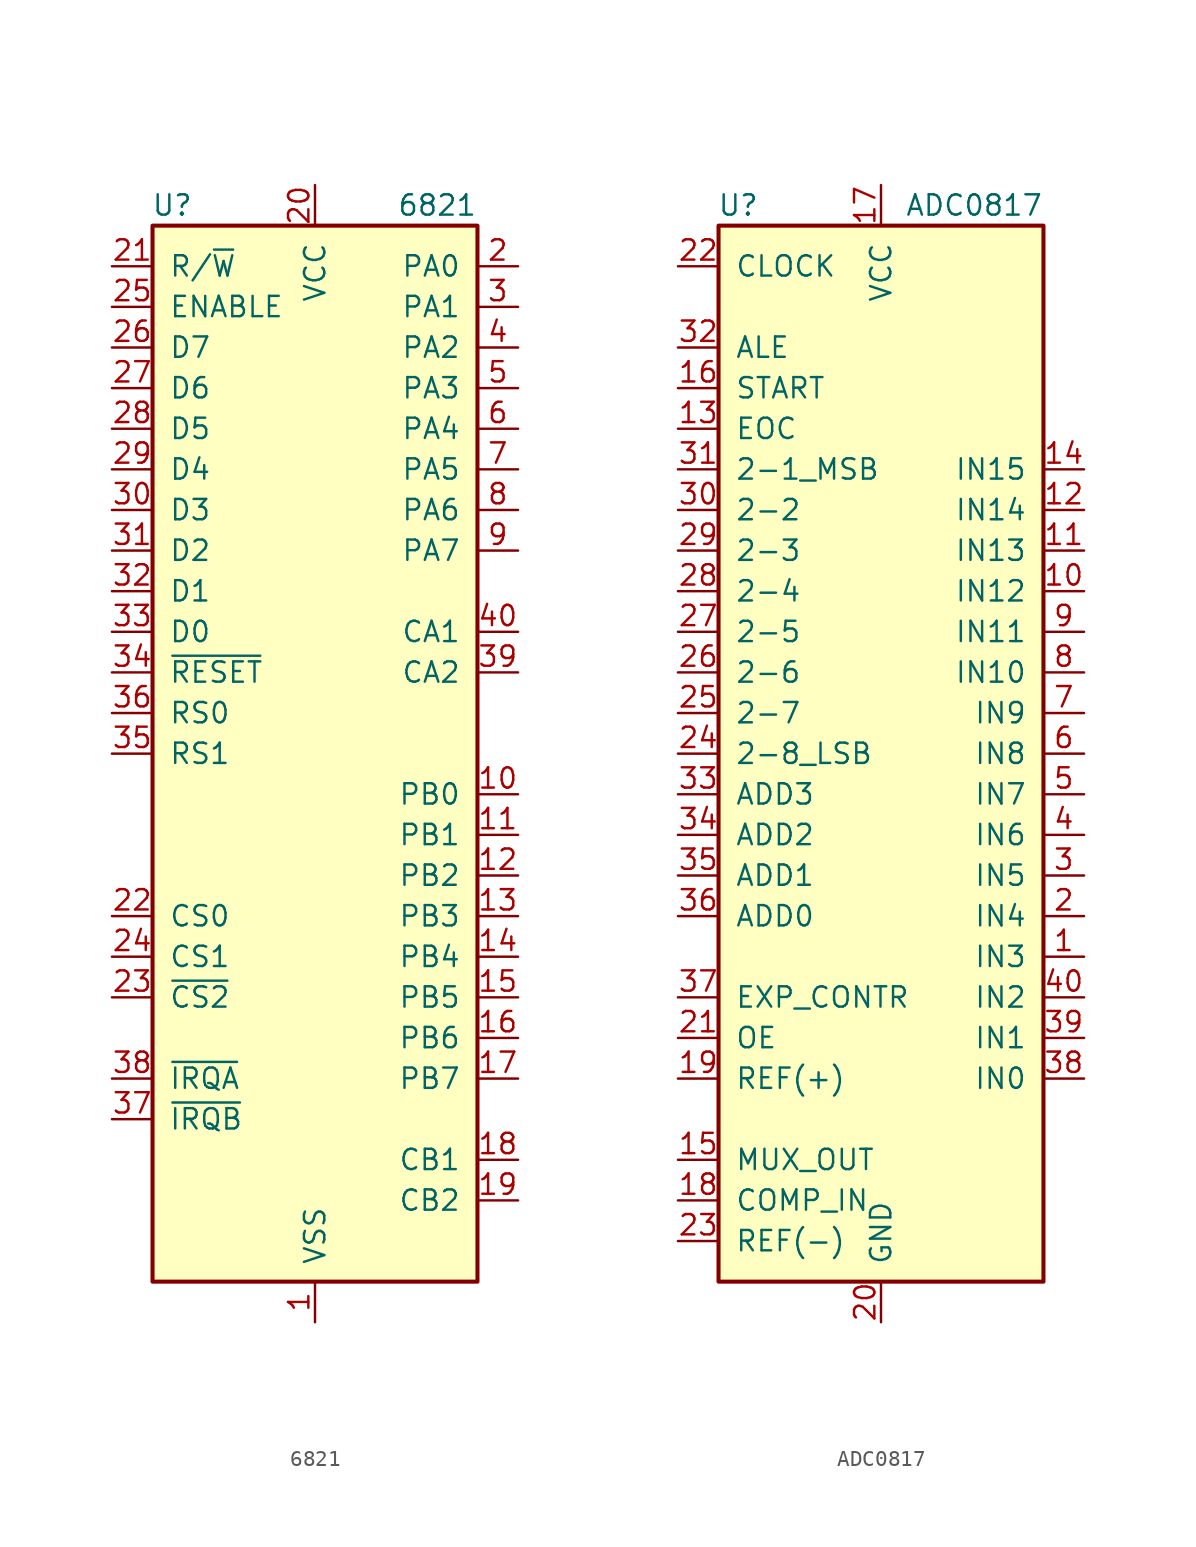
<source format=kicad_sym>
(kicad_symbol_lib
  (version 20220914)
  (generator kicad_symbol_editor)
  (symbol "6821"
    (pin_names
      (offset 1.016))
    (property "Reference" "U"
      (at -7.62 34.29 0)
      (effects (font (size 1.27 1.27)) (justify right)))
    (property "Value" "6821"
      (at 10.16 34.29 0)
      (effects (font (size 1.27 1.27)) (justify right)))
    (symbol "6821_0_1"
      (rectangle (start -10.16 -33.02) (end 10.16 33.02) (stroke (width 0.254) (type default)) (fill (type background))))
    (symbol "6821_1_1"
      (pin power_in line (at 0 -35.56 90) (length 2.54) (name "VSS" (effects (font (size 1.27 1.27)))) (number "1" (effects (font (size 1.27 1.27)))))
      (pin bidirectional line (at 12.7 -2.54 180) (length 2.54) (name "PB0" (effects (font (size 1.27 1.27)))) (number "10" (effects (font (size 1.27 1.27)))))
      (pin bidirectional line (at 12.7 -5.08 180) (length 2.54) (name "PB1" (effects (font (size 1.27 1.27)))) (number "11" (effects (font (size 1.27 1.27)))))
      (pin bidirectional line (at 12.7 -7.62 180) (length 2.54) (name "PB2" (effects (font (size 1.27 1.27)))) (number "12" (effects (font (size 1.27 1.27)))))
      (pin bidirectional line (at 12.7 -10.16 180) (length 2.54) (name "PB3" (effects (font (size 1.27 1.27)))) (number "13" (effects (font (size 1.27 1.27)))))
      (pin bidirectional line (at 12.7 -12.7 180) (length 2.54) (name "PB4" (effects (font (size 1.27 1.27)))) (number "14" (effects (font (size 1.27 1.27)))))
      (pin bidirectional line (at 12.7 -15.24 180) (length 2.54) (name "PB5" (effects (font (size 1.27 1.27)))) (number "15" (effects (font (size 1.27 1.27)))))
      (pin bidirectional line (at 12.7 -17.78 180) (length 2.54) (name "PB6" (effects (font (size 1.27 1.27)))) (number "16" (effects (font (size 1.27 1.27)))))
      (pin bidirectional line (at 12.7 -20.32 180) (length 2.54) (name "PB7" (effects (font (size 1.27 1.27)))) (number "17" (effects (font (size 1.27 1.27)))))
      (pin input line (at 12.7 -25.4 180) (length 2.54) (name "CB1" (effects (font (size 1.27 1.27)))) (number "18" (effects (font (size 1.27 1.27)))))
      (pin bidirectional line (at 12.7 -27.94 180) (length 2.54) (name "CB2" (effects (font (size 1.27 1.27)))) (number "19" (effects (font (size 1.27 1.27)))))
      (pin bidirectional line (at 12.7 30.48 180) (length 2.54) (name "PA0" (effects (font (size 1.27 1.27)))) (number "2" (effects (font (size 1.27 1.27)))))
      (pin power_in line (at 0 35.56 270) (length 2.54) (name "VCC" (effects (font (size 1.27 1.27)))) (number "20" (effects (font (size 1.27 1.27)))))
      (pin input line (at -12.7 30.48 0) (length 2.54) (name "R/~{W}" (effects (font (size 1.27 1.27)))) (number "21" (effects (font (size 1.27 1.27)))))
      (pin input line (at -12.7 -10.16 0) (length 2.54) (name "CS0" (effects (font (size 1.27 1.27)))) (number "22" (effects (font (size 1.27 1.27)))))
      (pin input line (at -12.7 -15.24 0) (length 2.54) (name "~{CS2}" (effects (font (size 1.27 1.27)))) (number "23" (effects (font (size 1.27 1.27)))))
      (pin input line (at -12.7 -12.7 0) (length 2.54) (name "CS1" (effects (font (size 1.27 1.27)))) (number "24" (effects (font (size 1.27 1.27)))))
      (pin input line (at -12.7 27.94 0) (length 2.54) (name "ENABLE" (effects (font (size 1.27 1.27)))) (number "25" (effects (font (size 1.27 1.27)))))
      (pin bidirectional line (at -12.7 25.4 0) (length 2.54) (name "D7" (effects (font (size 1.27 1.27)))) (number "26" (effects (font (size 1.27 1.27)))))
      (pin bidirectional line (at -12.7 22.86 0) (length 2.54) (name "D6" (effects (font (size 1.27 1.27)))) (number "27" (effects (font (size 1.27 1.27)))))
      (pin bidirectional line (at -12.7 20.32 0) (length 2.54) (name "D5" (effects (font (size 1.27 1.27)))) (number "28" (effects (font (size 1.27 1.27)))))
      (pin bidirectional line (at -12.7 17.78 0) (length 2.54) (name "D4" (effects (font (size 1.27 1.27)))) (number "29" (effects (font (size 1.27 1.27)))))
      (pin bidirectional line (at 12.7 27.94 180) (length 2.54) (name "PA1" (effects (font (size 1.27 1.27)))) (number "3" (effects (font (size 1.27 1.27)))))
      (pin bidirectional line (at -12.7 15.24 0) (length 2.54) (name "D3" (effects (font (size 1.27 1.27)))) (number "30" (effects (font (size 1.27 1.27)))))
      (pin bidirectional line (at -12.7 12.7 0) (length 2.54) (name "D2" (effects (font (size 1.27 1.27)))) (number "31" (effects (font (size 1.27 1.27)))))
      (pin bidirectional line (at -12.7 10.16 0) (length 2.54) (name "D1" (effects (font (size 1.27 1.27)))) (number "32" (effects (font (size 1.27 1.27)))))
      (pin bidirectional line (at -12.7 7.62 0) (length 2.54) (name "D0" (effects (font (size 1.27 1.27)))) (number "33" (effects (font (size 1.27 1.27)))))
      (pin input line (at -12.7 5.08 0) (length 2.54) (name "~{RESET}" (effects (font (size 1.27 1.27)))) (number "34" (effects (font (size 1.27 1.27)))))
      (pin input line (at -12.7 0 0) (length 2.54) (name "RS1" (effects (font (size 1.27 1.27)))) (number "35" (effects (font (size 1.27 1.27)))))
      (pin input line (at -12.7 2.54 0) (length 2.54) (name "RS0" (effects (font (size 1.27 1.27)))) (number "36" (effects (font (size 1.27 1.27)))))
      (pin open_collector line (at -12.7 -22.86 0) (length 2.54) (name "~{IRQB}" (effects (font (size 1.27 1.27)))) (number "37" (effects (font (size 1.27 1.27)))))
      (pin open_collector line (at -12.7 -20.32 0) (length 2.54) (name "~{IRQA}" (effects (font (size 1.27 1.27)))) (number "38" (effects (font (size 1.27 1.27)))))
      (pin bidirectional line (at 12.7 5.08 180) (length 2.54) (name "CA2" (effects (font (size 1.27 1.27)))) (number "39" (effects (font (size 1.27 1.27)))))
      (pin bidirectional line (at 12.7 25.4 180) (length 2.54) (name "PA2" (effects (font (size 1.27 1.27)))) (number "4" (effects (font (size 1.27 1.27)))))
      (pin input line (at 12.7 7.62 180) (length 2.54) (name "CA1" (effects (font (size 1.27 1.27)))) (number "40" (effects (font (size 1.27 1.27)))))
      (pin bidirectional line (at 12.7 22.86 180) (length 2.54) (name "PA3" (effects (font (size 1.27 1.27)))) (number "5" (effects (font (size 1.27 1.27)))))
      (pin bidirectional line (at 12.7 20.32 180) (length 2.54) (name "PA4" (effects (font (size 1.27 1.27)))) (number "6" (effects (font (size 1.27 1.27)))))
      (pin bidirectional line (at 12.7 17.78 180) (length 2.54) (name "PA5" (effects (font (size 1.27 1.27)))) (number "7" (effects (font (size 1.27 1.27)))))
      (pin bidirectional line (at 12.7 15.24 180) (length 2.54) (name "PA6" (effects (font (size 1.27 1.27)))) (number "8" (effects (font (size 1.27 1.27)))))
      (pin bidirectional line (at 12.7 12.7 180) (length 2.54) (name "PA7" (effects (font (size 1.27 1.27)))) (number "9" (effects (font (size 1.27 1.27)))))))
  (symbol "ADC0817"
    (pin_names
      (offset 1.016))
    (property "Reference" "U"
      (at -7.62 34.29 0)
      (effects (font (size 1.27 1.27)) (justify right)))
    (property "Value" "ADC0817"
      (at 10.16 34.29 0)
      (effects (font (size 1.27 1.27)) (justify right)))
    (symbol "ADC0817_0_1"
      (rectangle (start -10.16 33.02) (end 10.16 -33.02) (stroke (width 0.254) (type default)) (fill (type background))))
    (symbol "ADC0817_1_1"
      (pin input line (at 12.7 -12.7 180) (length 2.54) (name "IN3" (effects (font (size 1.27 1.27)))) (number "1" (effects (font (size 1.27 1.27)))))
      (pin input line (at 12.7 10.16 180) (length 2.54) (name "IN12" (effects (font (size 1.27 1.27)))) (number "10" (effects (font (size 1.27 1.27)))))
      (pin input line (at 12.7 12.7 180) (length 2.54) (name "IN13" (effects (font (size 1.27 1.27)))) (number "11" (effects (font (size 1.27 1.27)))))
      (pin input line (at 12.7 15.24 180) (length 2.54) (name "IN14" (effects (font (size 1.27 1.27)))) (number "12" (effects (font (size 1.27 1.27)))))
      (pin output line (at -12.7 20.32 0) (length 2.54) (name "EOC" (effects (font (size 1.27 1.27)))) (number "13" (effects (font (size 1.27 1.27)))))
      (pin input line (at 12.7 17.78 180) (length 2.54) (name "IN15" (effects (font (size 1.27 1.27)))) (number "14" (effects (font (size 1.27 1.27)))))
      (pin output line (at -12.7 -25.4 0) (length 2.54) (name "MUX_OUT" (effects (font (size 1.27 1.27)))) (number "15" (effects (font (size 1.27 1.27)))))
      (pin input line (at -12.7 22.86 0) (length 2.54) (name "START" (effects (font (size 1.27 1.27)))) (number "16" (effects (font (size 1.27 1.27)))))
      (pin power_in line (at 0 35.56 270) (length 2.54) (name "VCC" (effects (font (size 1.27 1.27)))) (number "17" (effects (font (size 1.27 1.27)))))
      (pin input line (at -12.7 -27.94 0) (length 2.54) (name "COMP_IN" (effects (font (size 1.27 1.27)))) (number "18" (effects (font (size 1.27 1.27)))))
      (pin input line (at -12.7 -20.32 0) (length 2.54) (name "REF(+)" (effects (font (size 1.27 1.27)))) (number "19" (effects (font (size 1.27 1.27)))))
      (pin input line (at 12.7 -10.16 180) (length 2.54) (name "IN4" (effects (font (size 1.27 1.27)))) (number "2" (effects (font (size 1.27 1.27)))))
      (pin power_in line (at 0 -35.56 90) (length 2.54) (name "GND" (effects (font (size 1.27 1.27)))) (number "20" (effects (font (size 1.27 1.27)))))
      (pin input line (at -12.7 -17.78 0) (length 2.54) (name "OE" (effects (font (size 1.27 1.27)))) (number "21" (effects (font (size 1.27 1.27)))))
      (pin input line (at -12.7 30.48 0) (length 2.54) (name "CLOCK" (effects (font (size 1.27 1.27)))) (number "22" (effects (font (size 1.27 1.27)))))
      (pin input line (at -12.7 -30.48 0) (length 2.54) (name "REF(-)" (effects (font (size 1.27 1.27)))) (number "23" (effects (font (size 1.27 1.27)))))
      (pin output line (at -12.7 0 0) (length 2.54) (name "2-8_LSB" (effects (font (size 1.27 1.27)))) (number "24" (effects (font (size 1.27 1.27)))))
      (pin output line (at -12.7 2.54 0) (length 2.54) (name "2-7" (effects (font (size 1.27 1.27)))) (number "25" (effects (font (size 1.27 1.27)))))
      (pin output line (at -12.7 5.08 0) (length 2.54) (name "2-6" (effects (font (size 1.27 1.27)))) (number "26" (effects (font (size 1.27 1.27)))))
      (pin output line (at -12.7 7.62 0) (length 2.54) (name "2-5" (effects (font (size 1.27 1.27)))) (number "27" (effects (font (size 1.27 1.27)))))
      (pin output line (at -12.7 10.16 0) (length 2.54) (name "2-4" (effects (font (size 1.27 1.27)))) (number "28" (effects (font (size 1.27 1.27)))))
      (pin output line (at -12.7 12.7 0) (length 2.54) (name "2-3" (effects (font (size 1.27 1.27)))) (number "29" (effects (font (size 1.27 1.27)))))
      (pin input line (at 12.7 -7.62 180) (length 2.54) (name "IN5" (effects (font (size 1.27 1.27)))) (number "3" (effects (font (size 1.27 1.27)))))
      (pin output line (at -12.7 15.24 0) (length 2.54) (name "2-2" (effects (font (size 1.27 1.27)))) (number "30" (effects (font (size 1.27 1.27)))))
      (pin output line (at -12.7 17.78 0) (length 2.54) (name "2-1_MSB" (effects (font (size 1.27 1.27)))) (number "31" (effects (font (size 1.27 1.27)))))
      (pin input line (at -12.7 25.4 0) (length 2.54) (name "ALE" (effects (font (size 1.27 1.27)))) (number "32" (effects (font (size 1.27 1.27)))))
      (pin input line (at -12.7 -2.54 0) (length 2.54) (name "ADD3" (effects (font (size 1.27 1.27)))) (number "33" (effects (font (size 1.27 1.27)))))
      (pin input line (at -12.7 -5.08 0) (length 2.54) (name "ADD2" (effects (font (size 1.27 1.27)))) (number "34" (effects (font (size 1.27 1.27)))))
      (pin input line (at -12.7 -7.62 0) (length 2.54) (name "ADD1" (effects (font (size 1.27 1.27)))) (number "35" (effects (font (size 1.27 1.27)))))
      (pin input line (at -12.7 -10.16 0) (length 2.54) (name "ADD0" (effects (font (size 1.27 1.27)))) (number "36" (effects (font (size 1.27 1.27)))))
      (pin input line (at -12.7 -15.24 0) (length 2.54) (name "EXP_CONTR" (effects (font (size 1.27 1.27)))) (number "37" (effects (font (size 1.27 1.27)))))
      (pin input line (at 12.7 -20.32 180) (length 2.54) (name "IN0" (effects (font (size 1.27 1.27)))) (number "38" (effects (font (size 1.27 1.27)))))
      (pin input line (at 12.7 -17.78 180) (length 2.54) (name "IN1" (effects (font (size 1.27 1.27)))) (number "39" (effects (font (size 1.27 1.27)))))
      (pin input line (at 12.7 -5.08 180) (length 2.54) (name "IN6" (effects (font (size 1.27 1.27)))) (number "4" (effects (font (size 1.27 1.27)))))
      (pin input line (at 12.7 -15.24 180) (length 2.54) (name "IN2" (effects (font (size 1.27 1.27)))) (number "40" (effects (font (size 1.27 1.27)))))
      (pin input line (at 12.7 -2.54 180) (length 2.54) (name "IN7" (effects (font (size 1.27 1.27)))) (number "5" (effects (font (size 1.27 1.27)))))
      (pin input line (at 12.7 0 180) (length 2.54) (name "IN8" (effects (font (size 1.27 1.27)))) (number "6" (effects (font (size 1.27 1.27)))))
      (pin input line (at 12.7 2.54 180) (length 2.54) (name "IN9" (effects (font (size 1.27 1.27)))) (number "7" (effects (font (size 1.27 1.27)))))
      (pin input line (at 12.7 5.08 180) (length 2.54) (name "IN10" (effects (font (size 1.27 1.27)))) (number "8" (effects (font (size 1.27 1.27)))))
      (pin input line (at 12.7 7.62 180) (length 2.54) (name "IN11" (effects (font (size 1.27 1.27)))) (number "9" (effects (font (size 1.27 1.27))))))))
</source>
